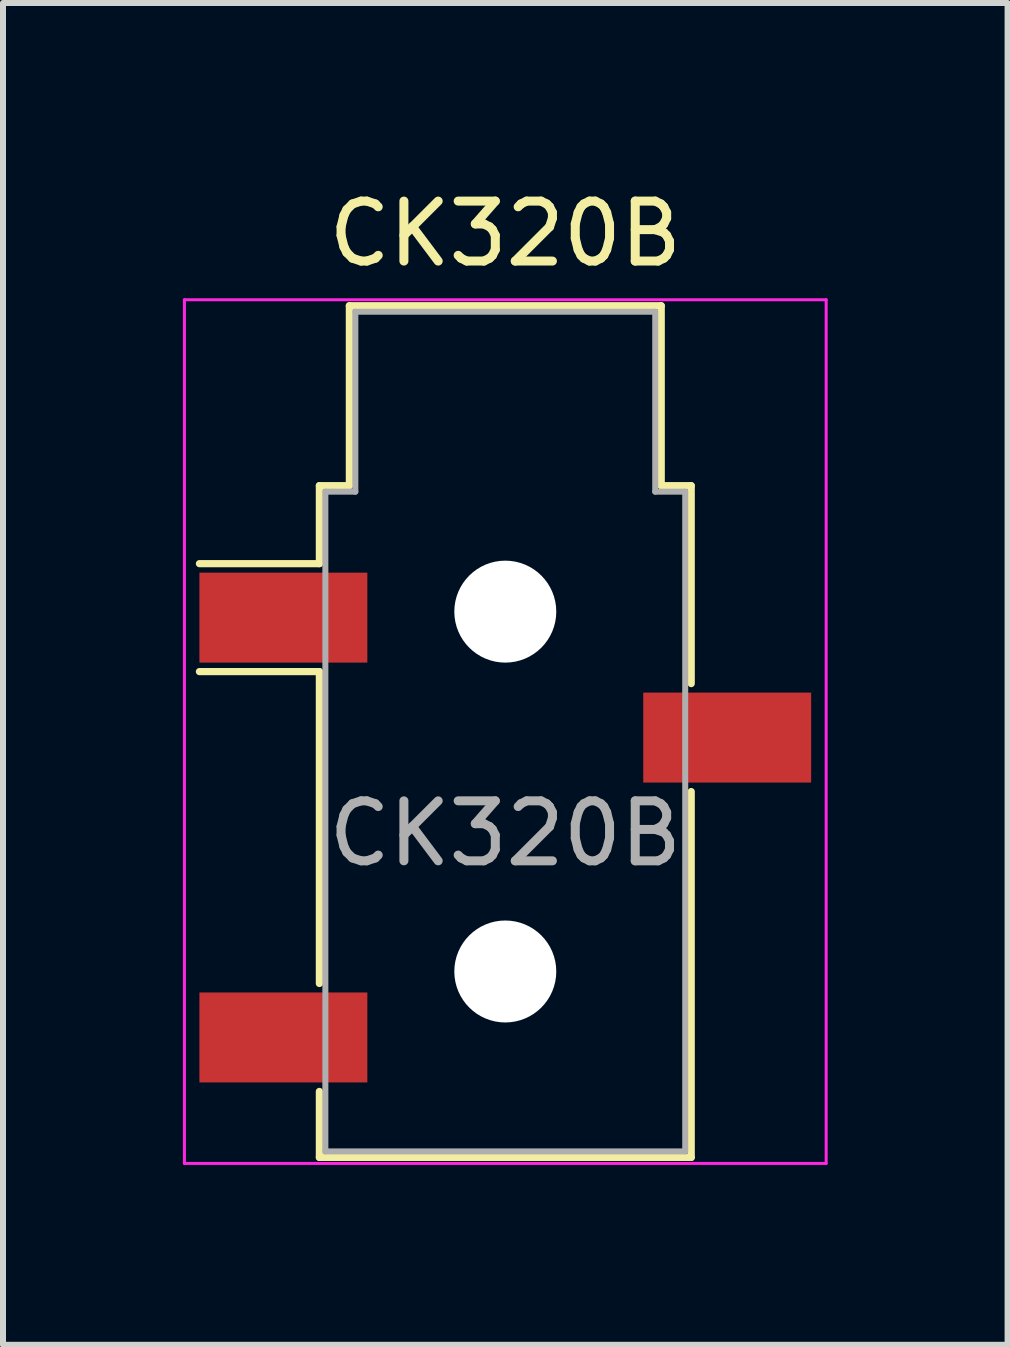
<source format=kicad_pcb>
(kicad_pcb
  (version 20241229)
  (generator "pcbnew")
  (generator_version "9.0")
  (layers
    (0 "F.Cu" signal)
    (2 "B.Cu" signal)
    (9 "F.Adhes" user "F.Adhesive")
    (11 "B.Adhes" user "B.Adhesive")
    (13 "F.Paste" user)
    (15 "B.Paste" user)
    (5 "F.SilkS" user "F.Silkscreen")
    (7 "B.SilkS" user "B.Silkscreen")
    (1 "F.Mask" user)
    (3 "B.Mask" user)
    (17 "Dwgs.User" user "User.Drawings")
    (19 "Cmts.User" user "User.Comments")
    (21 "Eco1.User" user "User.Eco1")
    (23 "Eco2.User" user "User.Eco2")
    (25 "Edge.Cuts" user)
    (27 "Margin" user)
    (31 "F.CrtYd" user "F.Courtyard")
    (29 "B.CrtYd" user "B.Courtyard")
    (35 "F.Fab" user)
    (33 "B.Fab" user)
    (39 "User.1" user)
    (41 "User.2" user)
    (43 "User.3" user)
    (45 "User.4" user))
  (footprint "CK320B"
    (layer "F.Cu")
    (at 5.375 10.748)
    (property "Reference" "CK320B" (at 0 -9.9 0) (layer "F.SilkS") (effects (font (size 1 1) (thickness 0.15))))
    (attr smd)
    (fp_line (start -3.1 -5.7) (end -2.6 -5.7) (stroke (width 0.12) (type solid)) (layer "F.SilkS"))
    (fp_line (start -3.1 -4.4) (end -5.1 -4.4) (stroke (width 0.12) (type solid)) (layer "F.SilkS"))
    (fp_line (start -3.1 -4.4) (end -3.1 -5.7) (stroke (width 0.12) (type solid)) (layer "F.SilkS"))
    (fp_line (start -3.1 -2.6) (end -5.1 -2.6) (stroke (width 0.12) (type solid)) (layer "F.SilkS"))
    (fp_line (start -3.1 2.6) (end -3.1 -2.6) (stroke (width 0.12) (type solid)) (layer "F.SilkS"))
    (fp_line (start -3.1 5.5) (end -3.1 4.4) (stroke (width 0.12) (type solid)) (layer "F.SilkS"))
    (fp_line (start -2.6 -8.7) (end 2.6 -8.7) (stroke (width 0.12) (type solid)) (layer "F.SilkS"))
    (fp_line (start -2.6 -5.7) (end -2.6 -8.7) (stroke (width 0.12) (type solid)) (layer "F.SilkS"))
    (fp_line (start 2.6 -8.7) (end 2.6 -5.7) (stroke (width 0.12) (type solid)) (layer "F.SilkS"))
    (fp_line (start 2.6 -5.7) (end 3.1 -5.7) (stroke (width 0.12) (type solid)) (layer "F.SilkS"))
    (fp_line (start 3.1 -5.7) (end 3.1 -2.4) (stroke (width 0.12) (type solid)) (layer "F.SilkS"))
    (fp_line (start 3.1 -0.6) (end 3.1 5.5) (stroke (width 0.12) (type solid)) (layer "F.SilkS"))
    (fp_line (start 3.1 5.5) (end -3.1 5.5) (stroke (width 0.12) (type solid)) (layer "F.SilkS"))
    (fp_line (start -5.35 -8.8) (end 5.35 -8.8) (stroke (width 0.05) (type solid)) (layer "F.CrtYd"))
    (fp_line (start -5.35 5.6) (end -5.35 -8.8) (stroke (width 0.05) (type solid)) (layer "F.CrtYd"))
    (fp_line (start 5.35 -8.8) (end 5.35 5.6) (stroke (width 0.05) (type solid)) (layer "F.CrtYd"))
    (fp_line (start 5.35 5.6) (end -5.35 5.6) (stroke (width 0.05) (type solid)) (layer "F.CrtYd"))
    (fp_line (start -3 -5.6) (end -2.5 -5.6) (stroke (width 0.1) (type solid)) (layer "F.Fab"))
    (fp_line (start -3 5.4) (end -3 -5.6) (stroke (width 0.1) (type solid)) (layer "F.Fab"))
    (fp_line (start -2.5 -8.6) (end 2.5 -8.6) (stroke (width 0.1) (type solid)) (layer "F.Fab"))
    (fp_line (start -2.5 -5.6) (end -2.5 -8.6) (stroke (width 0.1) (type solid)) (layer "F.Fab"))
    (fp_line (start 2.5 -8.6) (end 2.5 -5.6) (stroke (width 0.1) (type solid)) (layer "F.Fab"))
    (fp_line (start 2.5 -5.6) (end 3 -5.6) (stroke (width 0.1) (type solid)) (layer "F.Fab"))
    (fp_line (start 3 -5.6) (end 3 5.4) (stroke (width 0.1) (type solid)) (layer "F.Fab"))
    (fp_line (start 3 5.4) (end -3 5.4) (stroke (width 0.1) (type solid)) (layer "F.Fab"))
    (fp_text user "${REFERENCE}" (at 0 0.1 0) (layer "F.Fab") (effects (font (size 1 1) (thickness 0.15))))
    (pad "" np_thru_hole circle (at 0 -3.6) (size 1.7 1.7) (drill 1.7) (layers "*.Cu" "*.Mask"))
    (pad "" np_thru_hole circle (at 0 2.4) (size 1.7 1.7) (drill 1.7) (layers "*.Cu" "*.Mask"))
    (pad "R" smd rect (at 3.7 -1.5) (size 2.8 1.5) (layers "F.Cu" "F.Mask" "F.Paste"))
    (pad "S" smd rect (at -3.7 -3.5) (size 2.8 1.5) (layers "F.Cu" "F.Mask" "F.Paste"))
    (pad "T" smd rect (at -3.7 3.5) (size 2.8 1.5) (layers "F.Cu" "F.Mask" "F.Paste")))
  (gr_rect
    (start -3 -3)
    (end 13.75 19.373)
    (stroke (width 0.1) (type default))
    (fill no)
    (layer "Edge.Cuts")))
</source>
